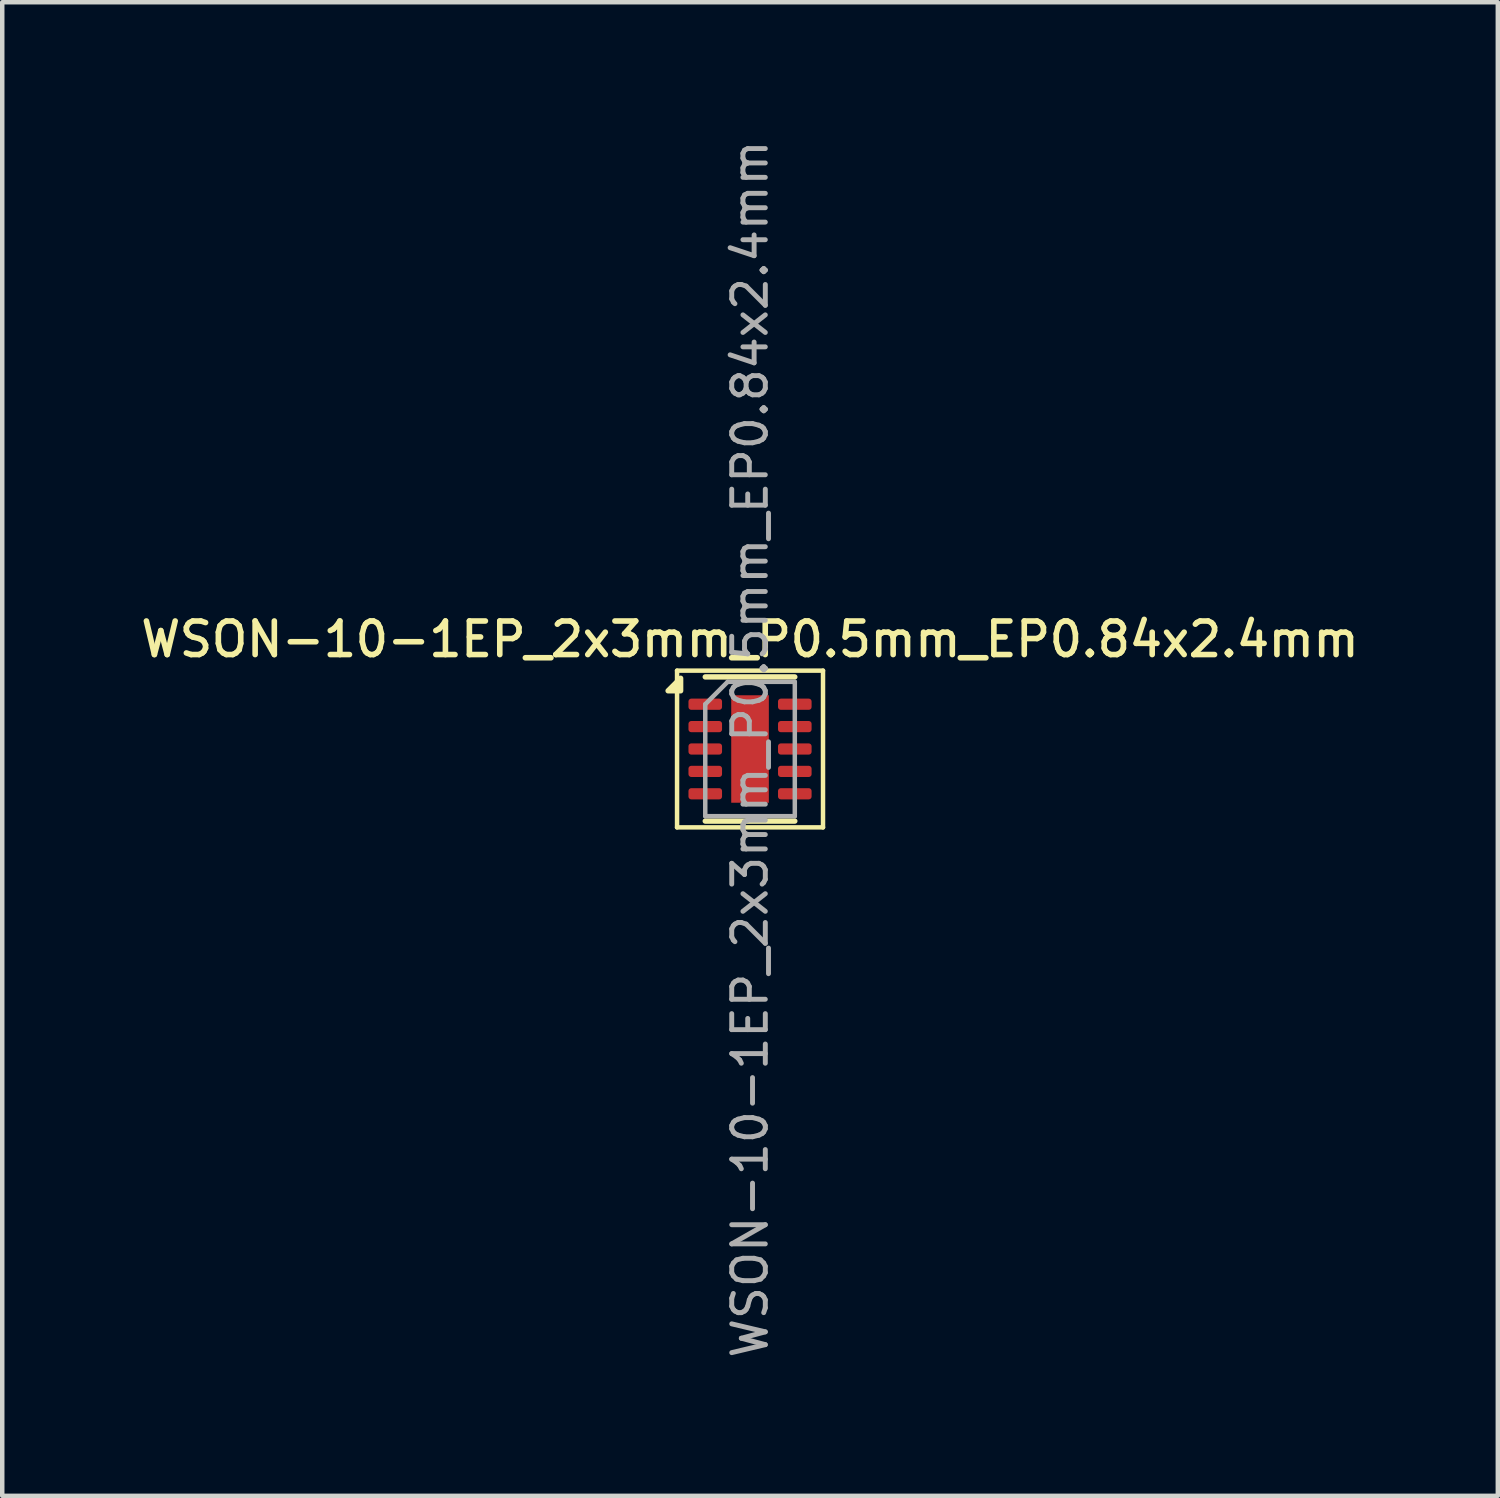
<source format=kicad_pcb>
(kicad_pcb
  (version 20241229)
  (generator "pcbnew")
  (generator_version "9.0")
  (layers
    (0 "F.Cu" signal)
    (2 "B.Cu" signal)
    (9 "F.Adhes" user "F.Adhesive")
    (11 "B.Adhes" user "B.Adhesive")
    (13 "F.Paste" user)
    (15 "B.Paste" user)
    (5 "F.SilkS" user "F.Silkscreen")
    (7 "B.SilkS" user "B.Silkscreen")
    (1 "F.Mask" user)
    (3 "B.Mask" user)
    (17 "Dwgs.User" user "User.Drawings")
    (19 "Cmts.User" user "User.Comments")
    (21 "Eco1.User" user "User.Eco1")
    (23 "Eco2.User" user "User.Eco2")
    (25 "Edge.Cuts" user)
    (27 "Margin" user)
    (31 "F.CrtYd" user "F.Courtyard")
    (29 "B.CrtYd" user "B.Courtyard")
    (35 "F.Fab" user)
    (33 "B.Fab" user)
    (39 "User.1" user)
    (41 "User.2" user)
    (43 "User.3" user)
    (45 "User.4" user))
  (footprint "WSON-10-1EP_2x3mm_P0.5mm_EP0.84x2.4mm"
    (layer "F.Cu")
    (at 13.702 13.679)
    (property "Reference" "WSON-10-1EP_2x3mm_P0.5mm_EP0.84x2.4mm" (at 0 -2.45 0) (layer "F.SilkS") (effects (font (size 0.75 0.75) (thickness 0.125))))
    (attr smd)
    (fp_line (start -1.63 -1.75) (end -1.63 1.75) (stroke (width 0.1) (type solid)) (layer "F.SilkS"))
    (fp_line (start -1.63 1.75) (end 1.63 1.75) (stroke (width 0.1) (type solid)) (layer "F.SilkS"))
    (fp_line (start -1 -1.61) (end 1 -1.61) (stroke (width 0.12) (type solid)) (layer "F.SilkS"))
    (fp_line (start -1 1.61) (end 1 1.61) (stroke (width 0.12) (type solid)) (layer "F.SilkS"))
    (fp_line (start 1.63 -1.75) (end -1.63 -1.75) (stroke (width 0.1) (type solid)) (layer "F.SilkS"))
    (fp_line (start 1.63 1.75) (end 1.63 -1.75) (stroke (width 0.1) (type solid)) (layer "F.SilkS"))
    (fp_poly (pts (xy -1.55 -1.3) (xy -1.83 -1.3) (xy -1.55 -1.58) (xy -1.55 -1.3)) (stroke (width 0.12) (type solid)) (fill yes) (layer "F.SilkS"))
    (fp_line (start -1 -1) (end -0.5 -1.5) (stroke (width 0.1) (type solid)) (layer "F.Fab"))
    (fp_line (start -1 1.5) (end -1 -1) (stroke (width 0.1) (type solid)) (layer "F.Fab"))
    (fp_line (start -0.5 -1.5) (end 1 -1.5) (stroke (width 0.1) (type solid)) (layer "F.Fab"))
    (fp_line (start 1 -1.5) (end 1 1.5) (stroke (width 0.1) (type solid)) (layer "F.Fab"))
    (fp_line (start 1 1.5) (end -1 1.5) (stroke (width 0.1) (type solid)) (layer "F.Fab"))
    (fp_text user "${REFERENCE}" (at 0 0 90) (layer "F.Fab") (effects (font (size 0.75 0.75) (thickness 0.11))))
    (pad "" smd roundrect (at 0 -0.6) (size 0.68 0.97) (layers "F.Paste") (roundrect_rratio 0.25))
    (pad "" smd roundrect (at 0 0.6) (size 0.68 0.97) (layers "F.Paste") (roundrect_rratio 0.25))
    (pad "1" smd roundrect (at -1 -1) (size 0.75 0.25) (layers "F.Cu" "F.Mask" "F.Paste") (roundrect_rratio 0.25))
    (pad "2" smd roundrect (at -1 -0.5) (size 0.75 0.25) (layers "F.Cu" "F.Mask" "F.Paste") (roundrect_rratio 0.25))
    (pad "3" smd roundrect (at -1 0) (size 0.75 0.25) (layers "F.Cu" "F.Mask" "F.Paste") (roundrect_rratio 0.25))
    (pad "4" smd roundrect (at -1 0.5) (size 0.75 0.25) (layers "F.Cu" "F.Mask" "F.Paste") (roundrect_rratio 0.25))
    (pad "5" smd roundrect (at -1 1) (size 0.75 0.25) (layers "F.Cu" "F.Mask" "F.Paste") (roundrect_rratio 0.25))
    (pad "6" smd roundrect (at 1 1) (size 0.75 0.25) (layers "F.Cu" "F.Mask" "F.Paste") (roundrect_rratio 0.25))
    (pad "7" smd roundrect (at 1 0.5) (size 0.75 0.25) (layers "F.Cu" "F.Mask" "F.Paste") (roundrect_rratio 0.25))
    (pad "8" smd roundrect (at 1 0) (size 0.75 0.25) (layers "F.Cu" "F.Mask" "F.Paste") (roundrect_rratio 0.25))
    (pad "9" smd roundrect (at 1 -0.5) (size 0.75 0.25) (layers "F.Cu" "F.Mask" "F.Paste") (roundrect_rratio 0.25))
    (pad "10" smd roundrect (at 1 -1) (size 0.75 0.25) (layers "F.Cu" "F.Mask" "F.Paste") (roundrect_rratio 0.25))
    (pad "11" smd rect (at 0 0) (size 0.84 2.4) (property pad_prop_heatsink) (layers "F.Cu" "F.Mask")))
  (gr_rect
    (start -3 -3)
    (end 30.404 30.359)
    (stroke (width 0.1) (type default))
    (fill no)
    (layer "Edge.Cuts")))
</source>
